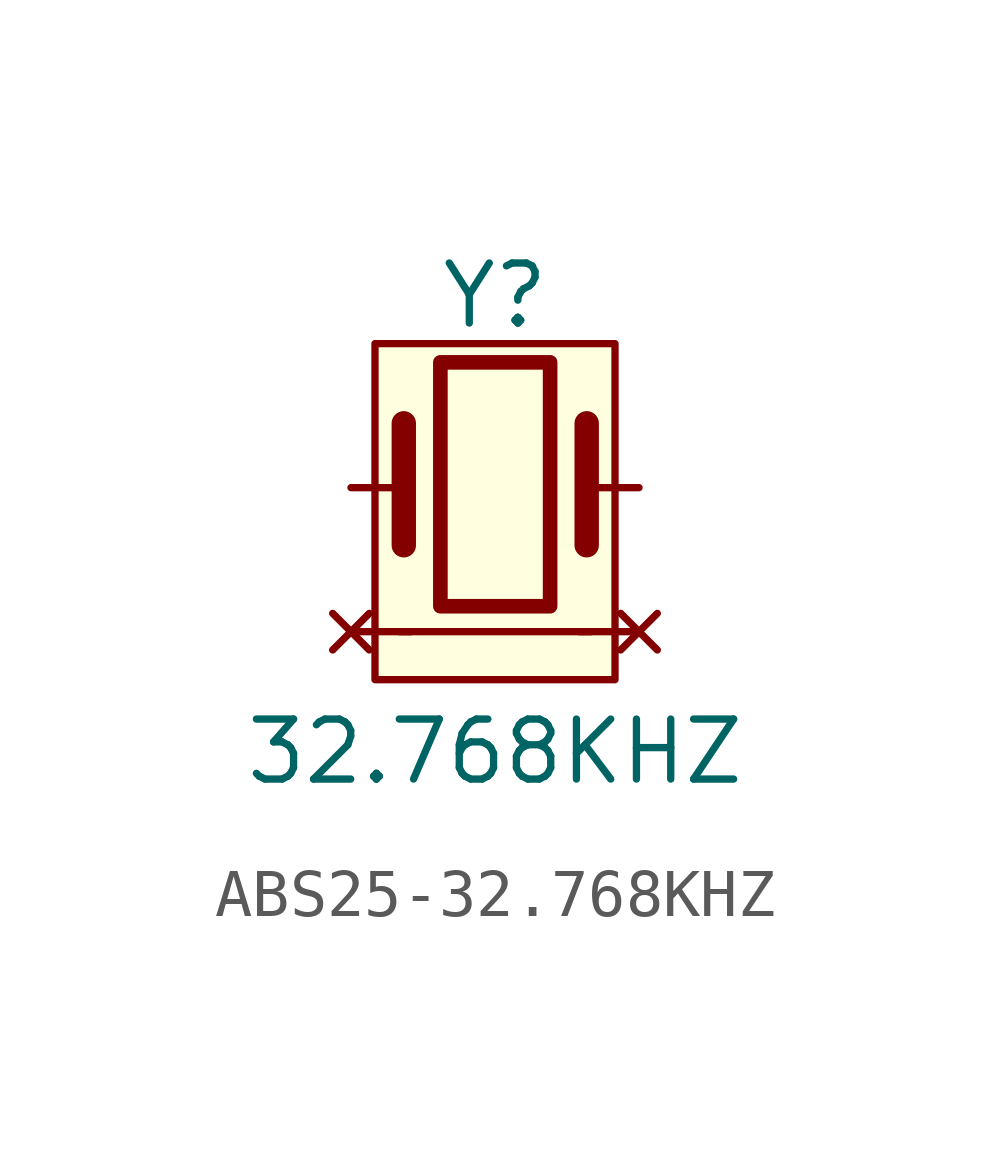
<source format=kicad_sym>
(kicad_symbol_lib
  (version 20241209)
  (generator "kicad_symbol_editor")
  (generator_version "9.0")
  (symbol "ABS25-32.768KHZ"
    (pin_numbers
      (hide yes))
    (pin_names
      (hide yes))
    (property "Reference" "Y"
      (at 3 4 0)
      (do_not_autoplace)
      (effects (font (size 1.25 1.25))))
    (property "Value" "32.768KHZ"
      (at 3 -5.5 0)
      (do_not_autoplace)
      (effects (font (size 1.25 1.25))))
    (symbol "ABS25-32.768KHZ_0_1"
      (polyline (pts (xy 1 -3) (xy 5 -3)) (stroke (width 0) (type default)) (fill (type none)))
      (polyline (pts (xy 1.1 -1.2) (xy 1.1 1.34)) (stroke (width 0.508) (type default)) (fill (type none)))
      (rectangle (start 1.862 2.61) (end 4.148 -2.47) (stroke (width 0.305) (type default)) (fill (type none)))
      (polyline (pts (xy 4.91 -1.2) (xy 4.91 1.34)) (stroke (width 0.508) (type default)) (fill (type none))))
    (symbol "ABS25-32.768KHZ_1_1"
      (rectangle (start 0.5 3) (end 5.5 -4) (stroke (width 0) (type default)) (fill (type color) (color 255 255 194 0.5)))
      (pin passive line (at 0 0 0) (length 1.25) (name "4" (effects (font (size 1.25 1.25)))) (number "4" (effects (font (size 1.25 1.25)))))
      (pin no_connect line (at 0 -3 0) (length 1.25) (name "3" (effects (font (size 1.25 1.25)))) (number "3" (effects (font (size 1.25 1.25)))))
      (pin passive line (at 6 0 180) (length 1.25) (name "1" (effects (font (size 1.25 1.25)))) (number "1" (effects (font (size 1.25 1.25)))))
      (pin no_connect line (at 6 -3 180) (length 1.25) (name "2" (effects (font (size 1.25 1.25)))) (number "2" (effects (font (size 1.25 1.25))))))))
</source>
